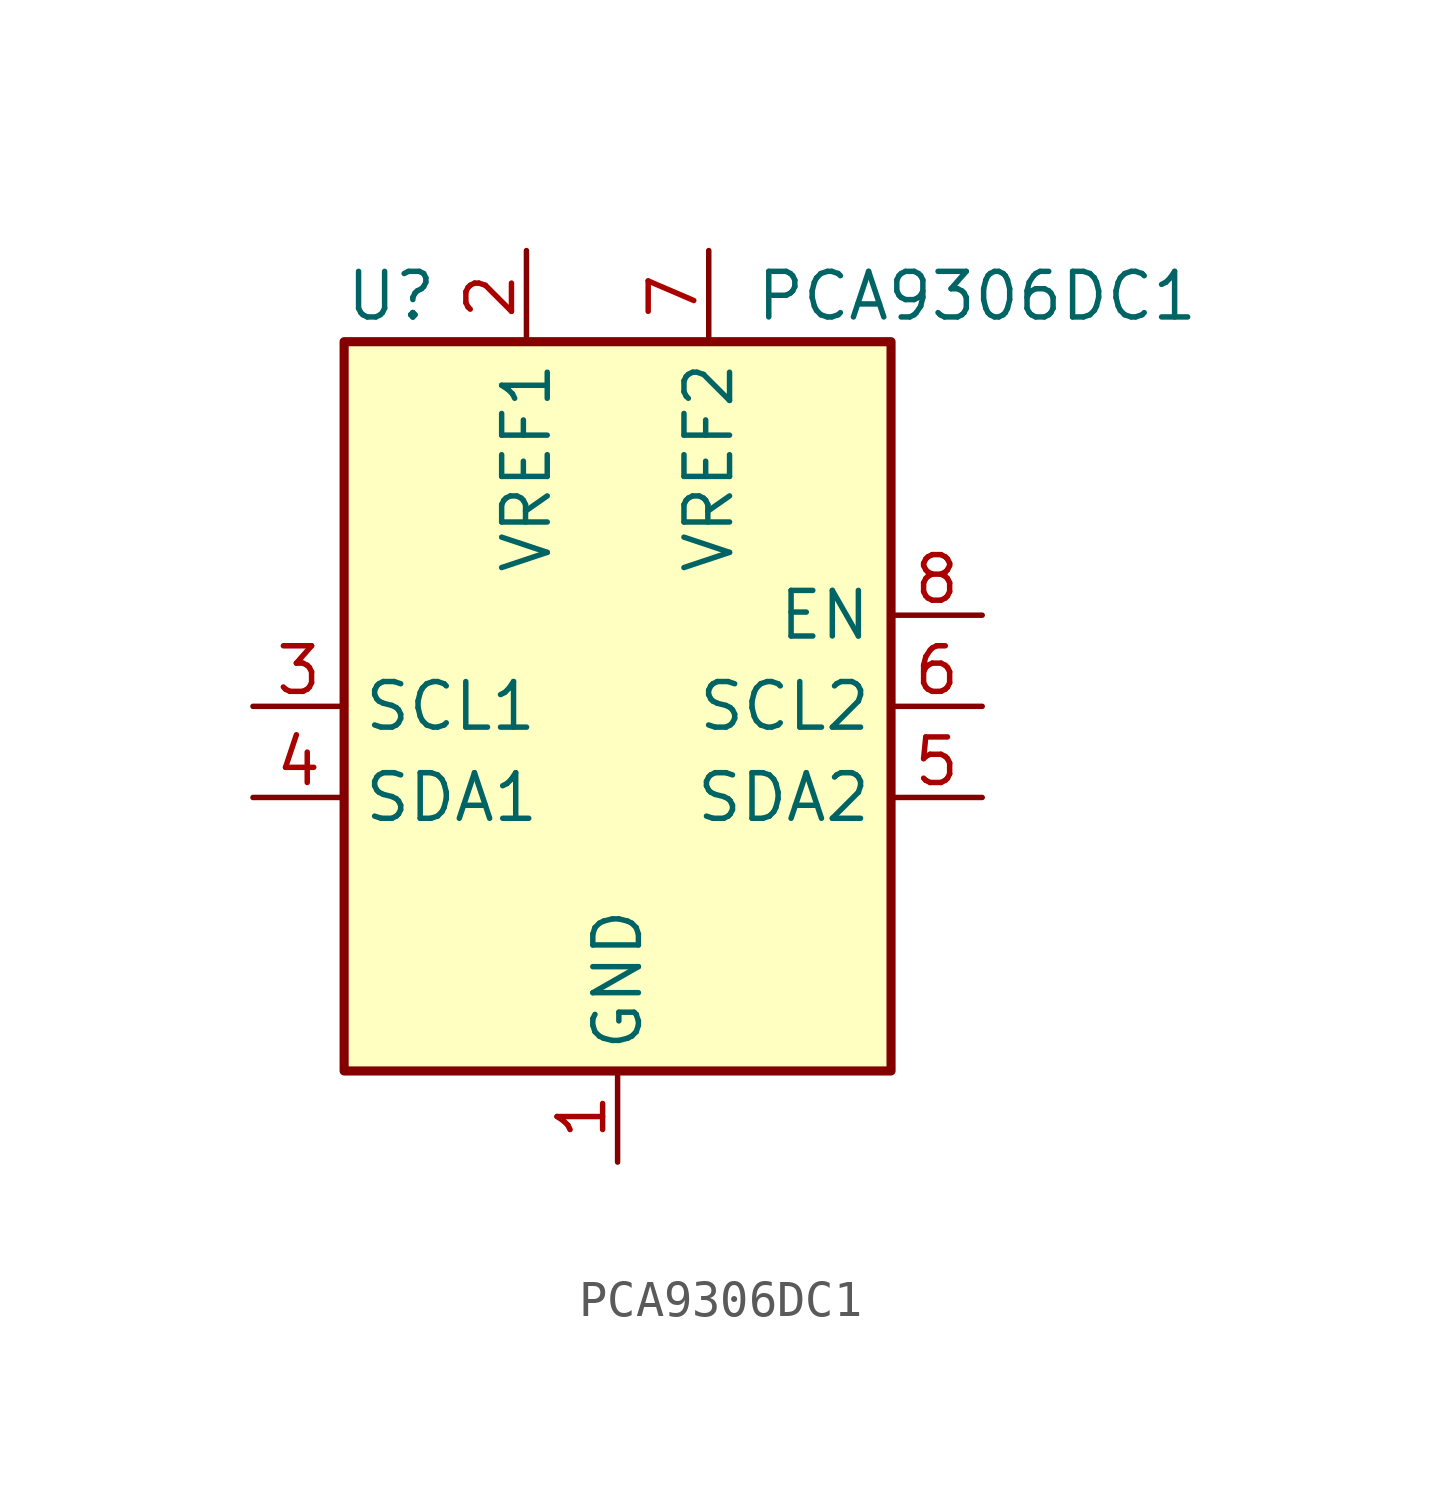
<source format=kicad_sym>
(kicad_symbol_lib
  (version 20211014)
  (generator kicad_symbol_editor)
  (symbol "PCA9306DC1"
    (property "Reference" "U"
      (at -7.62 11.43 0)
      (effects (font (size 1.27 1.27)) (justify left)))
    (property "Value" "PCA9306DC1"
      (at 3.81 11.43 0)
      (effects (font (size 1.27 1.27)) (justify left)))
    (symbol "PCA9306DC1_0_1"
      (rectangle (start -7.62 10.16) (end 7.62 -10.16) (stroke (width 0.254) (type default) (color 0 0 0 0)) (fill (type background))))
    (symbol "PCA9306DC1_1_1"
      (pin power_in line (at 0 -12.7 90) (length 2.54) (name "GND" (effects (font (size 1.27 1.27)))) (number "1" (effects (font (size 1.27 1.27)))))
      (pin power_in line (at -2.54 12.7 270) (length 2.54) (name "VREF1" (effects (font (size 1.27 1.27)))) (number "2" (effects (font (size 1.27 1.27)))))
      (pin bidirectional line (at -10.16 0 0) (length 2.54) (name "SCL1" (effects (font (size 1.27 1.27)))) (number "3" (effects (font (size 1.27 1.27)))))
      (pin bidirectional line (at -10.16 -2.54 0) (length 2.54) (name "SDA1" (effects (font (size 1.27 1.27)))) (number "4" (effects (font (size 1.27 1.27)))))
      (pin bidirectional line (at 10.16 -2.54 180) (length 2.54) (name "SDA2" (effects (font (size 1.27 1.27)))) (number "5" (effects (font (size 1.27 1.27)))))
      (pin bidirectional line (at 10.16 0 180) (length 2.54) (name "SCL2" (effects (font (size 1.27 1.27)))) (number "6" (effects (font (size 1.27 1.27)))))
      (pin power_in line (at 2.54 12.7 270) (length 2.54) (name "VREF2" (effects (font (size 1.27 1.27)))) (number "7" (effects (font (size 1.27 1.27)))))
      (pin input line (at 10.16 2.54 180) (length 2.54) (name "EN" (effects (font (size 1.27 1.27)))) (number "8" (effects (font (size 1.27 1.27))))))))
</source>
